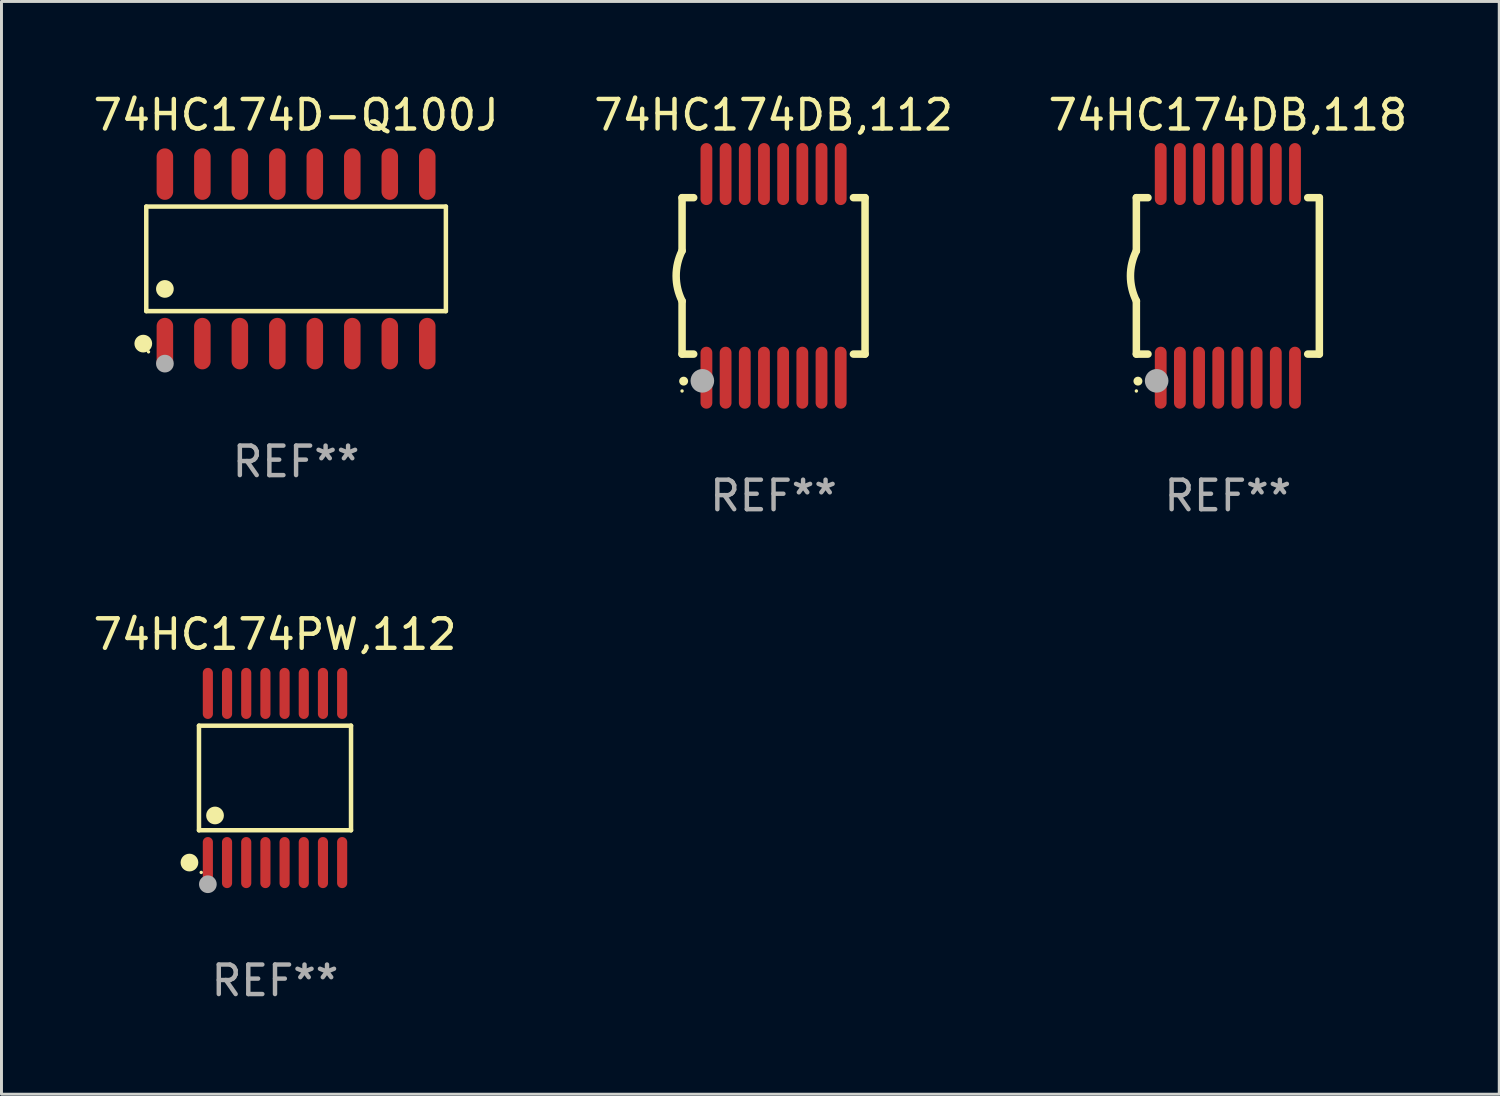
<source format=kicad_pcb>
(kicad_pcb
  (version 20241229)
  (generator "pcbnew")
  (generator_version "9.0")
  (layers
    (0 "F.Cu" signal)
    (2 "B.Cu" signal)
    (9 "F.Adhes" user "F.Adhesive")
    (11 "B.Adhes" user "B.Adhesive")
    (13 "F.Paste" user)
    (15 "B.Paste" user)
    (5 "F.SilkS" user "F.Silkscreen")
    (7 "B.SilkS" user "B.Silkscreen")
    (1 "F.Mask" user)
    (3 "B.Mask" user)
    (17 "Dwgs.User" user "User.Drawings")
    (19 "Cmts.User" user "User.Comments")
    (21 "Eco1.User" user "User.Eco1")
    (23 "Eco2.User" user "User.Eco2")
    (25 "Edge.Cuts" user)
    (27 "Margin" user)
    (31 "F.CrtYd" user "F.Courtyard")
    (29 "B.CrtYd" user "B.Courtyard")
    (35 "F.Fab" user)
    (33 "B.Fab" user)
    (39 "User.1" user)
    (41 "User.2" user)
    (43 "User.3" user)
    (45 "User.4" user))
  (footprint "74HC174PW,112"
    (layer "F.Cu")
    (at 6.268 23.311)
    (property "Reference" "74HC174PW,112" (at 0 -4.866 0) (layer "F.SilkS") (effects (font (size 1 1) (thickness 0.15))))
    (attr through_hole)
    (fp_line (start -2.576 -1.772) (end 2.576 -1.772) (stroke (width 0.152) (type solid)) (layer "F.SilkS"))
    (fp_line (start -2.576 1.771) (end -2.576 -1.772) (stroke (width 0.152) (type solid)) (layer "F.SilkS"))
    (fp_line (start 2.576 -1.772) (end 2.576 1.771) (stroke (width 0.152) (type solid)) (layer "F.SilkS"))
    (fp_line (start 2.576 1.771) (end -2.576 1.771) (stroke (width 0.152) (type solid)) (layer "F.SilkS"))
    (fp_circle (center -2.899 2.866) (end -2.749 2.866) (stroke (width 0.3) (type solid)) (fill no) (layer "F.SilkS"))
    (fp_circle (center -2.5 3.2) (end -2.47 3.2) (stroke (width 0.06) (type solid)) (fill no) (layer "F.SilkS"))
    (fp_circle (center -2.032 1.27) (end -1.882 1.27) (stroke (width 0.3) (type solid)) (fill no) (layer "F.SilkS"))
    (fp_circle (center -2.275 3.6) (end -2.125 3.6) (stroke (width 0.3) (type solid)) (fill no) (layer "F.Fab"))
    (fp_text user "REF**" (at 0 6.866 0) (layer "F.Fab") (effects (font (size 1 1) (thickness 0.15))))
    (pad "1" smd oval (at -2.275 2.866) (size 0.343 1.731) (layers "F.Cu" "F.Mask" "F.Paste"))
    (pad "2" smd oval (at -1.625 2.866) (size 0.343 1.731) (layers "F.Cu" "F.Mask" "F.Paste"))
    (pad "3" smd oval (at -0.975 2.866) (size 0.343 1.731) (layers "F.Cu" "F.Mask" "F.Paste"))
    (pad "4" smd oval (at -0.325 2.866) (size 0.343 1.731) (layers "F.Cu" "F.Mask" "F.Paste"))
    (pad "5" smd oval (at 0.325 2.866) (size 0.343 1.731) (layers "F.Cu" "F.Mask" "F.Paste"))
    (pad "6" smd oval (at 0.975 2.866) (size 0.343 1.731) (layers "F.Cu" "F.Mask" "F.Paste"))
    (pad "7" smd oval (at 1.625 2.866) (size 0.343 1.731) (layers "F.Cu" "F.Mask" "F.Paste"))
    (pad "8" smd oval (at 2.275 2.866) (size 0.343 1.731) (layers "F.Cu" "F.Mask" "F.Paste"))
    (pad "9" smd oval (at 2.275 -2.866) (size 0.343 1.731) (layers "F.Cu" "F.Mask" "F.Paste"))
    (pad "10" smd oval (at 1.625 -2.866) (size 0.343 1.731) (layers "F.Cu" "F.Mask" "F.Paste"))
    (pad "11" smd oval (at 0.975 -2.866) (size 0.343 1.731) (layers "F.Cu" "F.Mask" "F.Paste"))
    (pad "12" smd oval (at 0.325 -2.866) (size 0.343 1.731) (layers "F.Cu" "F.Mask" "F.Paste"))
    (pad "13" smd oval (at -0.325 -2.866) (size 0.343 1.731) (layers "F.Cu" "F.Mask" "F.Paste"))
    (pad "14" smd oval (at -0.975 -2.866) (size 0.343 1.731) (layers "F.Cu" "F.Mask" "F.Paste"))
    (pad "15" smd oval (at -1.625 -2.866) (size 0.343 1.731) (layers "F.Cu" "F.Mask" "F.Paste"))
    (pad "16" smd oval (at -2.275 -2.866) (size 0.343 1.731) (layers "F.Cu" "F.Mask" "F.Paste")))
  (footprint "74HC174D-Q100J"
    (layer "F.Cu")
    (at 6.982 5.721)
    (property "Reference" "74HC174D-Q100J" (at 0 -4.872 0) (layer "F.SilkS") (effects (font (size 1 1) (thickness 0.15))))
    (attr through_hole)
    (fp_line (start -5.076 -1.771) (end 5.076 -1.771) (stroke (width 0.152) (type solid)) (layer "F.SilkS"))
    (fp_line (start -5.076 1.771) (end -5.076 -1.771) (stroke (width 0.152) (type solid)) (layer "F.SilkS"))
    (fp_line (start 5.076 -1.771) (end 5.076 1.771) (stroke (width 0.152) (type solid)) (layer "F.SilkS"))
    (fp_line (start 5.076 1.771) (end -5.076 1.771) (stroke (width 0.152) (type solid)) (layer "F.SilkS"))
    (fp_circle (center -5.177 2.872) (end -5.027 2.872) (stroke (width 0.3) (type solid)) (fill no) (layer "F.SilkS"))
    (fp_circle (center -5 3.15) (end -4.97 3.15) (stroke (width 0.06) (type solid)) (fill no) (layer "F.SilkS"))
    (fp_circle (center -4.445 1.019) (end -4.295 1.019) (stroke (width 0.3) (type solid)) (fill no) (layer "F.SilkS"))
    (fp_circle (center -4.445 3.55) (end -4.295 3.55) (stroke (width 0.3) (type solid)) (fill no) (layer "F.Fab"))
    (fp_text user "REF**" (at 0 6.872 0) (layer "F.Fab") (effects (font (size 1 1) (thickness 0.15))))
    (pad "1" smd oval (at -4.445 2.872) (size 0.56 1.745) (layers "F.Cu" "F.Mask" "F.Paste"))
    (pad "2" smd oval (at -3.175 2.872) (size 0.56 1.745) (layers "F.Cu" "F.Mask" "F.Paste"))
    (pad "3" smd oval (at -1.905 2.872) (size 0.56 1.745) (layers "F.Cu" "F.Mask" "F.Paste"))
    (pad "4" smd oval (at -0.635 2.872) (size 0.56 1.745) (layers "F.Cu" "F.Mask" "F.Paste"))
    (pad "5" smd oval (at 0.635 2.872) (size 0.56 1.745) (layers "F.Cu" "F.Mask" "F.Paste"))
    (pad "6" smd oval (at 1.905 2.872) (size 0.56 1.745) (layers "F.Cu" "F.Mask" "F.Paste"))
    (pad "7" smd oval (at 3.175 2.872) (size 0.56 1.745) (layers "F.Cu" "F.Mask" "F.Paste"))
    (pad "8" smd oval (at 4.445 2.872) (size 0.56 1.745) (layers "F.Cu" "F.Mask" "F.Paste"))
    (pad "9" smd oval (at 4.445 -2.872) (size 0.56 1.745) (layers "F.Cu" "F.Mask" "F.Paste"))
    (pad "10" smd oval (at 3.175 -2.872) (size 0.56 1.745) (layers "F.Cu" "F.Mask" "F.Paste"))
    (pad "11" smd oval (at 1.905 -2.872) (size 0.56 1.745) (layers "F.Cu" "F.Mask" "F.Paste"))
    (pad "12" smd oval (at 0.635 -2.872) (size 0.56 1.745) (layers "F.Cu" "F.Mask" "F.Paste"))
    (pad "13" smd oval (at -0.635 -2.872) (size 0.56 1.745) (layers "F.Cu" "F.Mask" "F.Paste"))
    (pad "14" smd oval (at -1.905 -2.872) (size 0.56 1.745) (layers "F.Cu" "F.Mask" "F.Paste"))
    (pad "15" smd oval (at -3.175 -2.872) (size 0.56 1.745) (layers "F.Cu" "F.Mask" "F.Paste"))
    (pad "16" smd oval (at -4.445 -2.872) (size 0.56 1.745) (layers "F.Cu" "F.Mask" "F.Paste")))
  (footprint "74HC174DB,112"
    (layer "F.Cu")
    (at 23.161 6.298)
    (property "Reference" "74HC174DB,112" (at 0 -5.45 0) (layer "F.SilkS") (effects (font (size 1 1) (thickness 0.15))))
    (attr through_hole)
    (fp_line (start -3.1 -2.65) (end -3.1 -0.85) (stroke (width 0.254) (type solid)) (layer "F.SilkS"))
    (fp_line (start -3.1 -2.65) (end -2.706 -2.65) (stroke (width 0.254) (type solid)) (layer "F.SilkS"))
    (fp_line (start -3.1 2.65) (end -3.1 0.85) (stroke (width 0.254) (type solid)) (layer "F.SilkS"))
    (fp_line (start -3.1 2.65) (end -2.706 2.65) (stroke (width 0.254) (type solid)) (layer "F.SilkS"))
    (fp_line (start 2.706 -2.65) (end 3.1 -2.65) (stroke (width 0.254) (type solid)) (layer "F.SilkS"))
    (fp_line (start 2.706 2.65) (end 3.1 2.65) (stroke (width 0.254) (type solid)) (layer "F.SilkS"))
    (fp_line (start 3.1 -2.65) (end 3.1 2.65) (stroke (width 0.254) (type solid)) (layer "F.SilkS"))
    (fp_arc (start -3.098907 0.850902) (mid -3.300057 0.000523) (end -3.1 -0.850114) (stroke (width 0.254001) (type solid)) (layer "F.SilkS"))
    (fp_arc (start -3.048006 3.566066) (mid -3.046736 3.566061) (end -3.045466 3.566066) (stroke (width 0.3) (type solid)) (layer "F.SilkS"))
    (fp_circle (center -3.1 3.9) (end -3.07 3.9) (stroke (width 0.06) (type solid)) (fill no) (layer "F.SilkS"))
    (fp_circle (center -2.413 3.556) (end -2.213 3.556) (stroke (width 0.4) (type solid)) (fill no) (layer "F.Fab"))
    (fp_text user "REF**" (at 0 7.45 0) (layer "F.Fab") (effects (font (size 1 1) (thickness 0.15))))
    (pad "1" smd oval (at -2.275 3.45 180) (size 0.4 2.1) (layers "F.Cu" "F.Mask" "F.Paste"))
    (pad "2" smd oval (at -1.625 3.45 180) (size 0.4 2.1) (layers "F.Cu" "F.Mask" "F.Paste"))
    (pad "3" smd oval (at -0.975 3.45 180) (size 0.4 2.1) (layers "F.Cu" "F.Mask" "F.Paste"))
    (pad "4" smd oval (at -0.325 3.45 180) (size 0.4 2.1) (layers "F.Cu" "F.Mask" "F.Paste"))
    (pad "5" smd oval (at 0.325 3.45 180) (size 0.4 2.1) (layers "F.Cu" "F.Mask" "F.Paste"))
    (pad "6" smd oval (at 0.975 3.45 180) (size 0.4 2.1) (layers "F.Cu" "F.Mask" "F.Paste"))
    (pad "7" smd oval (at 1.625 3.45 180) (size 0.4 2.1) (layers "F.Cu" "F.Mask" "F.Paste"))
    (pad "8" smd oval (at 2.275 3.45 180) (size 0.4 2.1) (layers "F.Cu" "F.Mask" "F.Paste"))
    (pad "9" smd oval (at 2.275 -3.45 180) (size 0.4 2.1) (layers "F.Cu" "F.Mask" "F.Paste"))
    (pad "10" smd oval (at 1.625 -3.45 180) (size 0.4 2.1) (layers "F.Cu" "F.Mask" "F.Paste"))
    (pad "11" smd oval (at 0.975 -3.45 180) (size 0.4 2.1) (layers "F.Cu" "F.Mask" "F.Paste"))
    (pad "12" smd oval (at 0.325 -3.45 180) (size 0.4 2.1) (layers "F.Cu" "F.Mask" "F.Paste"))
    (pad "13" smd oval (at -0.325 -3.45 180) (size 0.4 2.1) (layers "F.Cu" "F.Mask" "F.Paste"))
    (pad "14" smd oval (at -0.975 -3.45 180) (size 0.4 2.1) (layers "F.Cu" "F.Mask" "F.Paste"))
    (pad "15" smd oval (at -1.625 -3.45 180) (size 0.4 2.1) (layers "F.Cu" "F.Mask" "F.Paste"))
    (pad "16" smd oval (at -2.275 -3.45 180) (size 0.4 2.1) (layers "F.Cu" "F.Mask" "F.Paste")))
  (footprint "74HC174DB,118"
    (layer "F.Cu")
    (at 38.554 6.298)
    (property "Reference" "74HC174DB,118" (at 0 -5.45 0) (layer "F.SilkS") (effects (font (size 1 1) (thickness 0.15))))
    (attr through_hole)
    (fp_line (start -3.1 -2.65) (end -3.1 -0.85) (stroke (width 0.254) (type solid)) (layer "F.SilkS"))
    (fp_line (start -3.1 -2.65) (end -2.706 -2.65) (stroke (width 0.254) (type solid)) (layer "F.SilkS"))
    (fp_line (start -3.1 2.65) (end -3.1 0.85) (stroke (width 0.254) (type solid)) (layer "F.SilkS"))
    (fp_line (start -3.1 2.65) (end -2.706 2.65) (stroke (width 0.254) (type solid)) (layer "F.SilkS"))
    (fp_line (start 2.706 -2.65) (end 3.1 -2.65) (stroke (width 0.254) (type solid)) (layer "F.SilkS"))
    (fp_line (start 2.706 2.65) (end 3.1 2.65) (stroke (width 0.254) (type solid)) (layer "F.SilkS"))
    (fp_line (start 3.1 -2.65) (end 3.1 2.65) (stroke (width 0.254) (type solid)) (layer "F.SilkS"))
    (fp_arc (start -3.098907 0.850902) (mid -3.300057 0.000523) (end -3.1 -0.850114) (stroke (width 0.254001) (type solid)) (layer "F.SilkS"))
    (fp_arc (start -3.048006 3.566066) (mid -3.046736 3.566061) (end -3.045466 3.566066) (stroke (width 0.3) (type solid)) (layer "F.SilkS"))
    (fp_circle (center -3.1 3.9) (end -3.07 3.9) (stroke (width 0.06) (type solid)) (fill no) (layer "F.SilkS"))
    (fp_circle (center -2.413 3.556) (end -2.213 3.556) (stroke (width 0.4) (type solid)) (fill no) (layer "F.Fab"))
    (fp_text user "REF**" (at 0 7.45 0) (layer "F.Fab") (effects (font (size 1 1) (thickness 0.15))))
    (pad "1" smd oval (at -2.275 3.45 180) (size 0.4 2.1) (layers "F.Cu" "F.Mask" "F.Paste"))
    (pad "2" smd oval (at -1.625 3.45 180) (size 0.4 2.1) (layers "F.Cu" "F.Mask" "F.Paste"))
    (pad "3" smd oval (at -0.975 3.45 180) (size 0.4 2.1) (layers "F.Cu" "F.Mask" "F.Paste"))
    (pad "4" smd oval (at -0.325 3.45 180) (size 0.4 2.1) (layers "F.Cu" "F.Mask" "F.Paste"))
    (pad "5" smd oval (at 0.325 3.45 180) (size 0.4 2.1) (layers "F.Cu" "F.Mask" "F.Paste"))
    (pad "6" smd oval (at 0.975 3.45 180) (size 0.4 2.1) (layers "F.Cu" "F.Mask" "F.Paste"))
    (pad "7" smd oval (at 1.625 3.45 180) (size 0.4 2.1) (layers "F.Cu" "F.Mask" "F.Paste"))
    (pad "8" smd oval (at 2.275 3.45 180) (size 0.4 2.1) (layers "F.Cu" "F.Mask" "F.Paste"))
    (pad "9" smd oval (at 2.275 -3.45 180) (size 0.4 2.1) (layers "F.Cu" "F.Mask" "F.Paste"))
    (pad "10" smd oval (at 1.625 -3.45 180) (size 0.4 2.1) (layers "F.Cu" "F.Mask" "F.Paste"))
    (pad "11" smd oval (at 0.975 -3.45 180) (size 0.4 2.1) (layers "F.Cu" "F.Mask" "F.Paste"))
    (pad "12" smd oval (at 0.325 -3.45 180) (size 0.4 2.1) (layers "F.Cu" "F.Mask" "F.Paste"))
    (pad "13" smd oval (at -0.325 -3.45 180) (size 0.4 2.1) (layers "F.Cu" "F.Mask" "F.Paste"))
    (pad "14" smd oval (at -0.975 -3.45 180) (size 0.4 2.1) (layers "F.Cu" "F.Mask" "F.Paste"))
    (pad "15" smd oval (at -1.625 -3.45 180) (size 0.4 2.1) (layers "F.Cu" "F.Mask" "F.Paste"))
    (pad "16" smd oval (at -2.275 -3.45 180) (size 0.4 2.1) (layers "F.Cu" "F.Mask" "F.Paste")))
  (gr_rect
    (start -3 -3)
    (end 47.75 34.025)
    (stroke (width 0.1) (type default))
    (fill no)
    (layer "Edge.Cuts")))
</source>
